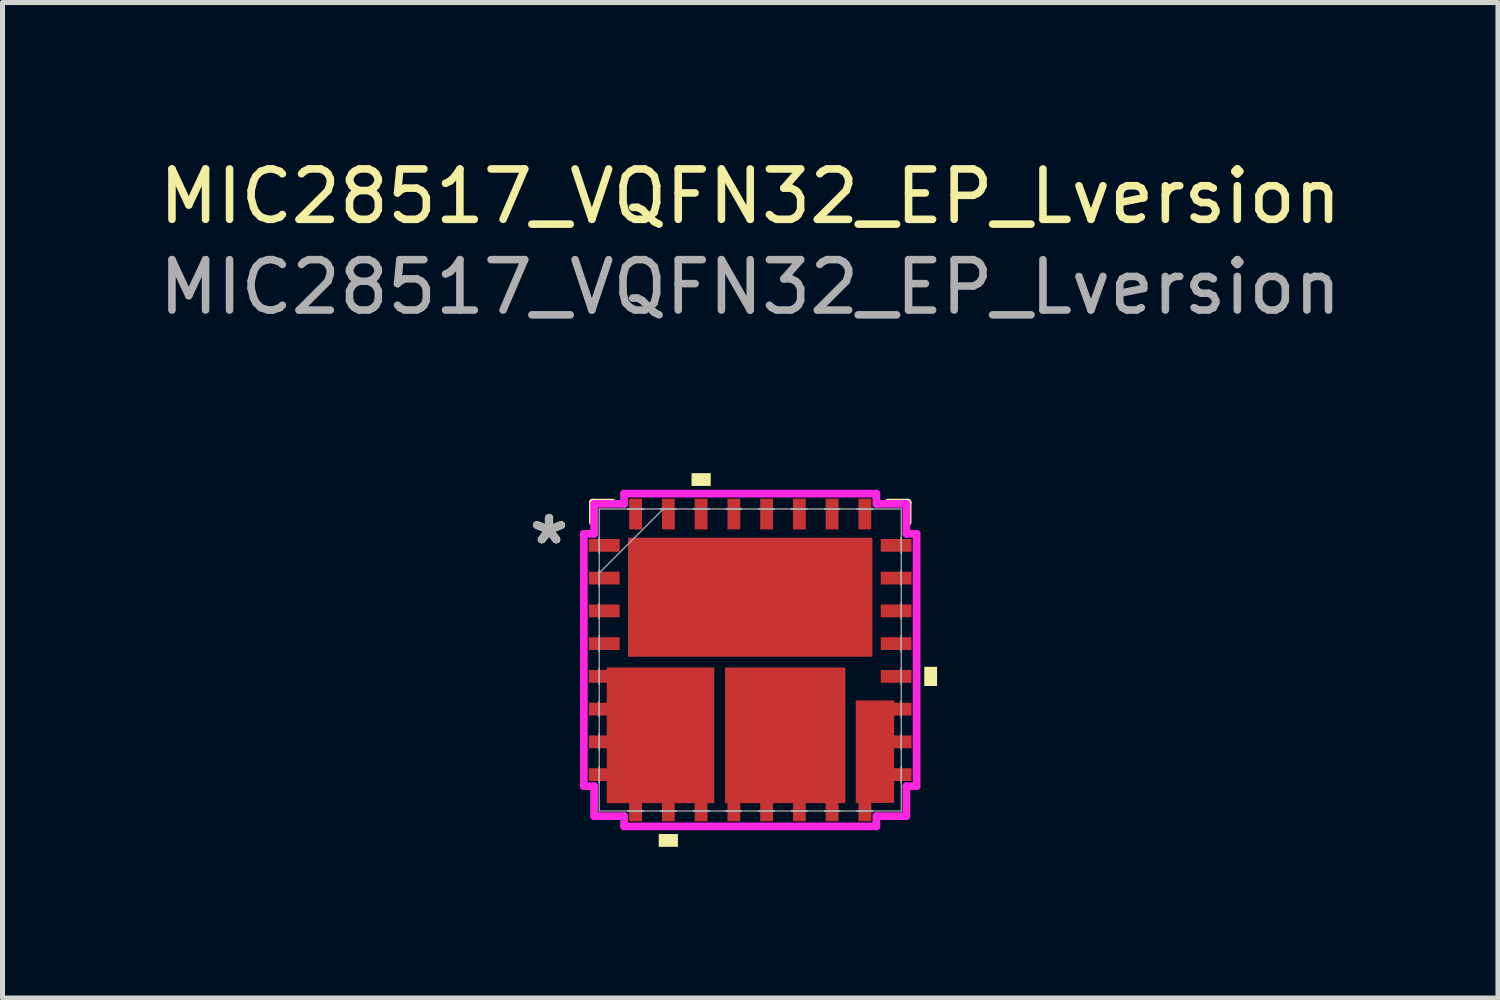
<source format=kicad_pcb>
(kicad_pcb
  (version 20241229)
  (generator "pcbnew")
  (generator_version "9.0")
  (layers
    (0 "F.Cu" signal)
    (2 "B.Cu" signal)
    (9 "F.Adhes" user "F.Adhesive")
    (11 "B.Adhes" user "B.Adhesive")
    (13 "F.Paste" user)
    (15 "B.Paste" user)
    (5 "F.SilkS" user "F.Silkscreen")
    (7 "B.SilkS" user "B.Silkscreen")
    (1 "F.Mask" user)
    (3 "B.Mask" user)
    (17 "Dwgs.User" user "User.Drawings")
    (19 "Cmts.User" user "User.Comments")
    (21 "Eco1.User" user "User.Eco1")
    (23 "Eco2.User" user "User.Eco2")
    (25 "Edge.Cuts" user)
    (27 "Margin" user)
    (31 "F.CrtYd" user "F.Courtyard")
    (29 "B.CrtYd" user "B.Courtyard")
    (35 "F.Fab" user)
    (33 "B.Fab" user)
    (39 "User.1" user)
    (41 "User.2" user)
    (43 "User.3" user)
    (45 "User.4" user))
  (footprint "MIC28517_VQFN32_EP_Lversion"
    (layer "F.Cu")
    (at 11.839 10.048)
    (property "Reference" "MIC28517_VQFN32_EP_Lversion" (at 0 -9.2 0) (unlocked yes) (layer "F.SilkS") (effects (font (size 1 1) (thickness 0.15))))
    (attr smd)
    (fp_line (start -3.124 -3.124) (end -3.124 -2.735) (stroke (width 0.152) (type solid)) (layer "F.SilkS"))
    (fp_line (start -2.735 -3.124) (end -3.124 -3.124) (stroke (width 0.152) (type solid)) (layer "F.SilkS"))
    (fp_line (start 3.124 -3.124) (end 2.735 -3.124) (stroke (width 0.152) (type solid)) (layer "F.SilkS"))
    (fp_line (start 3.124 -2.735) (end 3.124 -3.124) (stroke (width 0.152) (type solid)) (layer "F.SilkS"))
    (fp_poly (pts (xy -1.816 3.454) (xy -1.816 3.708) (xy -1.435 3.708) (xy -1.435 3.454)) (stroke (width 0) (type solid)) (fill yes) (layer "F.SilkS"))
    (fp_poly (pts (xy -1.165 -3.454) (xy -1.165 -3.708) (xy -0.784 -3.708) (xy -0.784 -3.454)) (stroke (width 0) (type solid)) (fill yes) (layer "F.SilkS"))
    (fp_poly (pts (xy 3.708 0.135) (xy 3.708 0.516) (xy 3.454 0.516) (xy 3.454 0.135)) (stroke (width 0) (type solid)) (fill yes) (layer "F.SilkS"))
    (fp_line (start -3.302 -2.504) (end -3.099 -2.504) (stroke (width 0.152) (type solid)) (layer "F.CrtYd"))
    (fp_line (start -3.302 2.504) (end -3.302 -2.504) (stroke (width 0.152) (type solid)) (layer "F.CrtYd"))
    (fp_line (start -3.099 -3.099) (end -2.504 -3.099) (stroke (width 0.152) (type solid)) (layer "F.CrtYd"))
    (fp_line (start -3.099 -2.504) (end -3.099 -3.099) (stroke (width 0.152) (type solid)) (layer "F.CrtYd"))
    (fp_line (start -3.099 2.504) (end -3.302 2.504) (stroke (width 0.152) (type solid)) (layer "F.CrtYd"))
    (fp_line (start -3.099 3.099) (end -3.099 2.504) (stroke (width 0.152) (type solid)) (layer "F.CrtYd"))
    (fp_line (start -2.504 -3.302) (end 2.504 -3.302) (stroke (width 0.152) (type solid)) (layer "F.CrtYd"))
    (fp_line (start -2.504 -3.099) (end -2.504 -3.302) (stroke (width 0.152) (type solid)) (layer "F.CrtYd"))
    (fp_line (start -2.504 3.099) (end -3.099 3.099) (stroke (width 0.152) (type solid)) (layer "F.CrtYd"))
    (fp_line (start -2.504 3.302) (end -2.504 3.099) (stroke (width 0.152) (type solid)) (layer "F.CrtYd"))
    (fp_line (start 2.504 -3.302) (end 2.504 -3.099) (stroke (width 0.152) (type solid)) (layer "F.CrtYd"))
    (fp_line (start 2.504 -3.099) (end 3.099 -3.099) (stroke (width 0.152) (type solid)) (layer "F.CrtYd"))
    (fp_line (start 2.504 3.099) (end 2.504 3.302) (stroke (width 0.152) (type solid)) (layer "F.CrtYd"))
    (fp_line (start 2.504 3.302) (end -2.504 3.302) (stroke (width 0.152) (type solid)) (layer "F.CrtYd"))
    (fp_line (start 3.099 -3.099) (end 3.099 -2.504) (stroke (width 0.152) (type solid)) (layer "F.CrtYd"))
    (fp_line (start 3.099 -2.504) (end 3.302 -2.504) (stroke (width 0.152) (type solid)) (layer "F.CrtYd"))
    (fp_line (start 3.099 2.504) (end 3.099 3.099) (stroke (width 0.152) (type solid)) (layer "F.CrtYd"))
    (fp_line (start 3.099 3.099) (end 2.504 3.099) (stroke (width 0.152) (type solid)) (layer "F.CrtYd"))
    (fp_line (start 3.302 -2.504) (end 3.302 2.504) (stroke (width 0.152) (type solid)) (layer "F.CrtYd"))
    (fp_line (start 3.302 2.504) (end 3.099 2.504) (stroke (width 0.152) (type solid)) (layer "F.CrtYd"))
    (fp_line (start -2.997 -2.997) (end -2.997 2.997) (stroke (width 0.025) (type solid)) (layer "F.Fab"))
    (fp_line (start -2.997 -2.427) (end -2.997 -2.427) (stroke (width 0.025) (type solid)) (layer "F.Fab"))
    (fp_line (start -2.997 -2.427) (end -2.997 -2.123) (stroke (width 0.025) (type solid)) (layer "F.Fab"))
    (fp_line (start -2.997 -2.123) (end -2.997 -2.427) (stroke (width 0.025) (type solid)) (layer "F.Fab"))
    (fp_line (start -2.997 -2.123) (end -2.997 -2.123) (stroke (width 0.025) (type solid)) (layer "F.Fab"))
    (fp_line (start -2.997 -1.777) (end -2.997 -1.777) (stroke (width 0.025) (type solid)) (layer "F.Fab"))
    (fp_line (start -2.997 -1.777) (end -2.997 -1.473) (stroke (width 0.025) (type solid)) (layer "F.Fab"))
    (fp_line (start -2.997 -1.727) (end -1.727 -2.997) (stroke (width 0.025) (type solid)) (layer "F.Fab"))
    (fp_line (start -2.997 -1.473) (end -2.997 -1.777) (stroke (width 0.025) (type solid)) (layer "F.Fab"))
    (fp_line (start -2.997 -1.473) (end -2.997 -1.473) (stroke (width 0.025) (type solid)) (layer "F.Fab"))
    (fp_line (start -2.997 -1.127) (end -2.997 -1.127) (stroke (width 0.025) (type solid)) (layer "F.Fab"))
    (fp_line (start -2.997 -1.127) (end -2.997 -0.823) (stroke (width 0.025) (type solid)) (layer "F.Fab"))
    (fp_line (start -2.997 -0.823) (end -2.997 -1.127) (stroke (width 0.025) (type solid)) (layer "F.Fab"))
    (fp_line (start -2.997 -0.823) (end -2.997 -0.823) (stroke (width 0.025) (type solid)) (layer "F.Fab"))
    (fp_line (start -2.997 -0.477) (end -2.997 -0.477) (stroke (width 0.025) (type solid)) (layer "F.Fab"))
    (fp_line (start -2.997 -0.477) (end -2.997 -0.173) (stroke (width 0.025) (type solid)) (layer "F.Fab"))
    (fp_line (start -2.997 -0.173) (end -2.997 -0.477) (stroke (width 0.025) (type solid)) (layer "F.Fab"))
    (fp_line (start -2.997 -0.173) (end -2.997 -0.173) (stroke (width 0.025) (type solid)) (layer "F.Fab"))
    (fp_line (start -2.997 0.173) (end -2.997 0.173) (stroke (width 0.025) (type solid)) (layer "F.Fab"))
    (fp_line (start -2.997 0.173) (end -2.997 0.477) (stroke (width 0.025) (type solid)) (layer "F.Fab"))
    (fp_line (start -2.997 0.477) (end -2.997 0.173) (stroke (width 0.025) (type solid)) (layer "F.Fab"))
    (fp_line (start -2.997 0.477) (end -2.997 0.477) (stroke (width 0.025) (type solid)) (layer "F.Fab"))
    (fp_line (start -2.997 0.823) (end -2.997 0.823) (stroke (width 0.025) (type solid)) (layer "F.Fab"))
    (fp_line (start -2.997 0.823) (end -2.997 1.127) (stroke (width 0.025) (type solid)) (layer "F.Fab"))
    (fp_line (start -2.997 1.127) (end -2.997 0.823) (stroke (width 0.025) (type solid)) (layer "F.Fab"))
    (fp_line (start -2.997 1.127) (end -2.997 1.127) (stroke (width 0.025) (type solid)) (layer "F.Fab"))
    (fp_line (start -2.997 1.473) (end -2.997 1.473) (stroke (width 0.025) (type solid)) (layer "F.Fab"))
    (fp_line (start -2.997 1.473) (end -2.997 1.777) (stroke (width 0.025) (type solid)) (layer "F.Fab"))
    (fp_line (start -2.997 1.777) (end -2.997 1.473) (stroke (width 0.025) (type solid)) (layer "F.Fab"))
    (fp_line (start -2.997 1.777) (end -2.997 1.777) (stroke (width 0.025) (type solid)) (layer "F.Fab"))
    (fp_line (start -2.997 2.123) (end -2.997 2.123) (stroke (width 0.025) (type solid)) (layer "F.Fab"))
    (fp_line (start -2.997 2.123) (end -2.997 2.427) (stroke (width 0.025) (type solid)) (layer "F.Fab"))
    (fp_line (start -2.997 2.427) (end -2.997 2.123) (stroke (width 0.025) (type solid)) (layer "F.Fab"))
    (fp_line (start -2.997 2.427) (end -2.997 2.427) (stroke (width 0.025) (type solid)) (layer "F.Fab"))
    (fp_line (start -2.997 2.997) (end 2.997 2.997) (stroke (width 0.025) (type solid)) (layer "F.Fab"))
    (fp_line (start -2.427 -2.997) (end -2.427 -2.997) (stroke (width 0.025) (type solid)) (layer "F.Fab"))
    (fp_line (start -2.427 -2.997) (end -2.123 -2.997) (stroke (width 0.025) (type solid)) (layer "F.Fab"))
    (fp_line (start -2.427 2.997) (end -2.427 2.997) (stroke (width 0.025) (type solid)) (layer "F.Fab"))
    (fp_line (start -2.427 2.997) (end -2.123 2.997) (stroke (width 0.025) (type solid)) (layer "F.Fab"))
    (fp_line (start -2.123 -2.997) (end -2.427 -2.997) (stroke (width 0.025) (type solid)) (layer "F.Fab"))
    (fp_line (start -2.123 -2.997) (end -2.123 -2.997) (stroke (width 0.025) (type solid)) (layer "F.Fab"))
    (fp_line (start -2.123 2.997) (end -2.427 2.997) (stroke (width 0.025) (type solid)) (layer "F.Fab"))
    (fp_line (start -2.123 2.997) (end -2.123 2.997) (stroke (width 0.025) (type solid)) (layer "F.Fab"))
    (fp_line (start -1.777 -2.997) (end -1.777 -2.997) (stroke (width 0.025) (type solid)) (layer "F.Fab"))
    (fp_line (start -1.777 -2.997) (end -1.473 -2.997) (stroke (width 0.025) (type solid)) (layer "F.Fab"))
    (fp_line (start -1.777 2.997) (end -1.777 2.997) (stroke (width 0.025) (type solid)) (layer "F.Fab"))
    (fp_line (start -1.777 2.997) (end -1.473 2.997) (stroke (width 0.025) (type solid)) (layer "F.Fab"))
    (fp_line (start -1.473 -2.997) (end -1.777 -2.997) (stroke (width 0.025) (type solid)) (layer "F.Fab"))
    (fp_line (start -1.473 -2.997) (end -1.473 -2.997) (stroke (width 0.025) (type solid)) (layer "F.Fab"))
    (fp_line (start -1.473 2.997) (end -1.777 2.997) (stroke (width 0.025) (type solid)) (layer "F.Fab"))
    (fp_line (start -1.473 2.997) (end -1.473 2.997) (stroke (width 0.025) (type solid)) (layer "F.Fab"))
    (fp_line (start -1.127 -2.997) (end -1.127 -2.997) (stroke (width 0.025) (type solid)) (layer "F.Fab"))
    (fp_line (start -1.127 -2.997) (end -0.823 -2.997) (stroke (width 0.025) (type solid)) (layer "F.Fab"))
    (fp_line (start -1.127 2.997) (end -1.127 2.997) (stroke (width 0.025) (type solid)) (layer "F.Fab"))
    (fp_line (start -1.127 2.997) (end -0.823 2.997) (stroke (width 0.025) (type solid)) (layer "F.Fab"))
    (fp_line (start -0.823 -2.997) (end -1.127 -2.997) (stroke (width 0.025) (type solid)) (layer "F.Fab"))
    (fp_line (start -0.823 -2.997) (end -0.823 -2.997) (stroke (width 0.025) (type solid)) (layer "F.Fab"))
    (fp_line (start -0.823 2.997) (end -1.127 2.997) (stroke (width 0.025) (type solid)) (layer "F.Fab"))
    (fp_line (start -0.823 2.997) (end -0.823 2.997) (stroke (width 0.025) (type solid)) (layer "F.Fab"))
    (fp_line (start -0.477 -2.997) (end -0.477 -2.997) (stroke (width 0.025) (type solid)) (layer "F.Fab"))
    (fp_line (start -0.477 -2.997) (end -0.173 -2.997) (stroke (width 0.025) (type solid)) (layer "F.Fab"))
    (fp_line (start -0.477 2.997) (end -0.477 2.997) (stroke (width 0.025) (type solid)) (layer "F.Fab"))
    (fp_line (start -0.477 2.997) (end -0.173 2.997) (stroke (width 0.025) (type solid)) (layer "F.Fab"))
    (fp_line (start -0.173 -2.997) (end -0.477 -2.997) (stroke (width 0.025) (type solid)) (layer "F.Fab"))
    (fp_line (start -0.173 -2.997) (end -0.173 -2.997) (stroke (width 0.025) (type solid)) (layer "F.Fab"))
    (fp_line (start -0.173 2.997) (end -0.477 2.997) (stroke (width 0.025) (type solid)) (layer "F.Fab"))
    (fp_line (start -0.173 2.997) (end -0.173 2.997) (stroke (width 0.025) (type solid)) (layer "F.Fab"))
    (fp_line (start 0.173 -2.997) (end 0.173 -2.997) (stroke (width 0.025) (type solid)) (layer "F.Fab"))
    (fp_line (start 0.173 -2.997) (end 0.477 -2.997) (stroke (width 0.025) (type solid)) (layer "F.Fab"))
    (fp_line (start 0.173 2.997) (end 0.173 2.997) (stroke (width 0.025) (type solid)) (layer "F.Fab"))
    (fp_line (start 0.173 2.997) (end 0.477 2.997) (stroke (width 0.025) (type solid)) (layer "F.Fab"))
    (fp_line (start 0.477 -2.997) (end 0.173 -2.997) (stroke (width 0.025) (type solid)) (layer "F.Fab"))
    (fp_line (start 0.477 -2.997) (end 0.477 -2.997) (stroke (width 0.025) (type solid)) (layer "F.Fab"))
    (fp_line (start 0.477 2.997) (end 0.173 2.997) (stroke (width 0.025) (type solid)) (layer "F.Fab"))
    (fp_line (start 0.477 2.997) (end 0.477 2.997) (stroke (width 0.025) (type solid)) (layer "F.Fab"))
    (fp_line (start 0.823 -2.997) (end 0.823 -2.997) (stroke (width 0.025) (type solid)) (layer "F.Fab"))
    (fp_line (start 0.823 -2.997) (end 1.127 -2.997) (stroke (width 0.025) (type solid)) (layer "F.Fab"))
    (fp_line (start 0.823 2.997) (end 0.823 2.997) (stroke (width 0.025) (type solid)) (layer "F.Fab"))
    (fp_line (start 0.823 2.997) (end 1.127 2.997) (stroke (width 0.025) (type solid)) (layer "F.Fab"))
    (fp_line (start 1.127 -2.997) (end 0.823 -2.997) (stroke (width 0.025) (type solid)) (layer "F.Fab"))
    (fp_line (start 1.127 -2.997) (end 1.127 -2.997) (stroke (width 0.025) (type solid)) (layer "F.Fab"))
    (fp_line (start 1.127 2.997) (end 0.823 2.997) (stroke (width 0.025) (type solid)) (layer "F.Fab"))
    (fp_line (start 1.127 2.997) (end 1.127 2.997) (stroke (width 0.025) (type solid)) (layer "F.Fab"))
    (fp_line (start 1.473 -2.997) (end 1.473 -2.997) (stroke (width 0.025) (type solid)) (layer "F.Fab"))
    (fp_line (start 1.473 -2.997) (end 1.777 -2.997) (stroke (width 0.025) (type solid)) (layer "F.Fab"))
    (fp_line (start 1.473 2.997) (end 1.473 2.997) (stroke (width 0.025) (type solid)) (layer "F.Fab"))
    (fp_line (start 1.473 2.997) (end 1.777 2.997) (stroke (width 0.025) (type solid)) (layer "F.Fab"))
    (fp_line (start 1.777 -2.997) (end 1.473 -2.997) (stroke (width 0.025) (type solid)) (layer "F.Fab"))
    (fp_line (start 1.777 -2.997) (end 1.777 -2.997) (stroke (width 0.025) (type solid)) (layer "F.Fab"))
    (fp_line (start 1.777 2.997) (end 1.473 2.997) (stroke (width 0.025) (type solid)) (layer "F.Fab"))
    (fp_line (start 1.777 2.997) (end 1.777 2.997) (stroke (width 0.025) (type solid)) (layer "F.Fab"))
    (fp_line (start 2.123 -2.997) (end 2.123 -2.997) (stroke (width 0.025) (type solid)) (layer "F.Fab"))
    (fp_line (start 2.123 -2.997) (end 2.427 -2.997) (stroke (width 0.025) (type solid)) (layer "F.Fab"))
    (fp_line (start 2.123 2.997) (end 2.123 2.997) (stroke (width 0.025) (type solid)) (layer "F.Fab"))
    (fp_line (start 2.123 2.997) (end 2.427 2.997) (stroke (width 0.025) (type solid)) (layer "F.Fab"))
    (fp_line (start 2.427 -2.997) (end 2.123 -2.997) (stroke (width 0.025) (type solid)) (layer "F.Fab"))
    (fp_line (start 2.427 -2.997) (end 2.427 -2.997) (stroke (width 0.025) (type solid)) (layer "F.Fab"))
    (fp_line (start 2.427 2.997) (end 2.123 2.997) (stroke (width 0.025) (type solid)) (layer "F.Fab"))
    (fp_line (start 2.427 2.997) (end 2.427 2.997) (stroke (width 0.025) (type solid)) (layer "F.Fab"))
    (fp_line (start 2.997 -2.997) (end -2.997 -2.997) (stroke (width 0.025) (type solid)) (layer "F.Fab"))
    (fp_line (start 2.997 -2.427) (end 2.997 -2.427) (stroke (width 0.025) (type solid)) (layer "F.Fab"))
    (fp_line (start 2.997 -2.427) (end 2.997 -2.123) (stroke (width 0.025) (type solid)) (layer "F.Fab"))
    (fp_line (start 2.997 -2.123) (end 2.997 -2.427) (stroke (width 0.025) (type solid)) (layer "F.Fab"))
    (fp_line (start 2.997 -2.123) (end 2.997 -2.123) (stroke (width 0.025) (type solid)) (layer "F.Fab"))
    (fp_line (start 2.997 -1.777) (end 2.997 -1.777) (stroke (width 0.025) (type solid)) (layer "F.Fab"))
    (fp_line (start 2.997 -1.777) (end 2.997 -1.473) (stroke (width 0.025) (type solid)) (layer "F.Fab"))
    (fp_line (start 2.997 -1.473) (end 2.997 -1.777) (stroke (width 0.025) (type solid)) (layer "F.Fab"))
    (fp_line (start 2.997 -1.473) (end 2.997 -1.473) (stroke (width 0.025) (type solid)) (layer "F.Fab"))
    (fp_line (start 2.997 -1.127) (end 2.997 -1.127) (stroke (width 0.025) (type solid)) (layer "F.Fab"))
    (fp_line (start 2.997 -1.127) (end 2.997 -0.823) (stroke (width 0.025) (type solid)) (layer "F.Fab"))
    (fp_line (start 2.997 -0.823) (end 2.997 -1.127) (stroke (width 0.025) (type solid)) (layer "F.Fab"))
    (fp_line (start 2.997 -0.823) (end 2.997 -0.823) (stroke (width 0.025) (type solid)) (layer "F.Fab"))
    (fp_line (start 2.997 -0.477) (end 2.997 -0.477) (stroke (width 0.025) (type solid)) (layer "F.Fab"))
    (fp_line (start 2.997 -0.477) (end 2.997 -0.173) (stroke (width 0.025) (type solid)) (layer "F.Fab"))
    (fp_line (start 2.997 -0.173) (end 2.997 -0.477) (stroke (width 0.025) (type solid)) (layer "F.Fab"))
    (fp_line (start 2.997 -0.173) (end 2.997 -0.173) (stroke (width 0.025) (type solid)) (layer "F.Fab"))
    (fp_line (start 2.997 0.173) (end 2.997 0.173) (stroke (width 0.025) (type solid)) (layer "F.Fab"))
    (fp_line (start 2.997 0.173) (end 2.997 0.477) (stroke (width 0.025) (type solid)) (layer "F.Fab"))
    (fp_line (start 2.997 0.477) (end 2.997 0.173) (stroke (width 0.025) (type solid)) (layer "F.Fab"))
    (fp_line (start 2.997 0.477) (end 2.997 0.477) (stroke (width 0.025) (type solid)) (layer "F.Fab"))
    (fp_line (start 2.997 0.823) (end 2.997 0.823) (stroke (width 0.025) (type solid)) (layer "F.Fab"))
    (fp_line (start 2.997 0.823) (end 2.997 1.127) (stroke (width 0.025) (type solid)) (layer "F.Fab"))
    (fp_line (start 2.997 1.127) (end 2.997 0.823) (stroke (width 0.025) (type solid)) (layer "F.Fab"))
    (fp_line (start 2.997 1.127) (end 2.997 1.127) (stroke (width 0.025) (type solid)) (layer "F.Fab"))
    (fp_line (start 2.997 1.473) (end 2.997 1.473) (stroke (width 0.025) (type solid)) (layer "F.Fab"))
    (fp_line (start 2.997 1.473) (end 2.997 1.777) (stroke (width 0.025) (type solid)) (layer "F.Fab"))
    (fp_line (start 2.997 1.777) (end 2.997 1.473) (stroke (width 0.025) (type solid)) (layer "F.Fab"))
    (fp_line (start 2.997 1.777) (end 2.997 1.777) (stroke (width 0.025) (type solid)) (layer "F.Fab"))
    (fp_line (start 2.997 2.123) (end 2.997 2.123) (stroke (width 0.025) (type solid)) (layer "F.Fab"))
    (fp_line (start 2.997 2.123) (end 2.997 2.427) (stroke (width 0.025) (type solid)) (layer "F.Fab"))
    (fp_line (start 2.997 2.427) (end 2.997 2.123) (stroke (width 0.025) (type solid)) (layer "F.Fab"))
    (fp_line (start 2.997 2.427) (end 2.997 2.427) (stroke (width 0.025) (type solid)) (layer "F.Fab"))
    (fp_line (start 2.997 2.997) (end 2.997 -2.997) (stroke (width 0.025) (type solid)) (layer "F.Fab"))
    (fp_text user "*" (at -3.988 -2.275 0) (layer "F.SilkS") (effects (font (size 1 1) (thickness 0.15))))
    (fp_text user "*" (at -3.988 -2.275 0) (unlocked yes) (layer "F.SilkS") (effects (font (size 1 1) (thickness 0.15))))
    (fp_text user "${REFERENCE}" (at 0 -7.4 0) (unlocked yes) (layer "F.Fab") (effects (font (size 1 1) (thickness 0.15))))
    (fp_text user "*" (at -4 -2.275 0) (layer "F.Fab") (effects (font (size 1 1) (thickness 0.15))))
    (fp_text user "*" (at -4 -2.275 0) (unlocked yes) (layer "F.Fab") (effects (font (size 1 1) (thickness 0.15))))
    (pad "1" smd rect (at -2.896 -2.275 90) (size 0.254 0.61) (layers "F.Cu" "F.Mask" "F.Paste"))
    (pad "2" smd rect (at -2.896 -1.625 90) (size 0.254 0.61) (layers "F.Cu" "F.Mask" "F.Paste"))
    (pad "3" smd rect (at -2.896 -0.975 90) (size 0.254 0.61) (layers "F.Cu" "F.Mask" "F.Paste"))
    (pad "4" smd rect (at -2.896 -0.325 90) (size 0.254 0.61) (layers "F.Cu" "F.Mask" "F.Paste"))
    (pad "5" smd rect (at -2.896 0.325 90) (size 0.254 0.61) (layers "F.Cu" "F.Mask" "F.Paste"))
    (pad "6" smd rect (at -2.896 0.975 90) (size 0.254 0.61) (layers "F.Cu" "F.Mask" "F.Paste"))
    (pad "7" smd rect (at -2.896 1.625 90) (size 0.254 0.61) (layers "F.Cu" "F.Mask" "F.Paste"))
    (pad "8" smd rect (at -2.896 2.275 90) (size 0.254 0.61) (layers "F.Cu" "F.Mask" "F.Paste"))
    (pad "9" smd rect (at -2.275 2.896) (size 0.254 0.61) (layers "F.Cu" "F.Mask" "F.Paste"))
    (pad "10" smd rect (at -1.625 2.896) (size 0.254 0.61) (layers "F.Cu" "F.Mask" "F.Paste"))
    (pad "11" smd rect (at -0.975 2.896) (size 0.254 0.61) (layers "F.Cu" "F.Mask" "F.Paste"))
    (pad "12" smd rect (at -0.325 2.896) (size 0.254 0.61) (layers "F.Cu" "F.Mask" "F.Paste"))
    (pad "13" smd rect (at 0.325 2.896) (size 0.254 0.61) (layers "F.Cu" "F.Mask" "F.Paste"))
    (pad "14" smd rect (at 0.975 2.896) (size 0.254 0.61) (layers "F.Cu" "F.Mask" "F.Paste"))
    (pad "15" smd rect (at 1.625 2.896) (size 0.254 0.61) (layers "F.Cu" "F.Mask" "F.Paste"))
    (pad "16" smd rect (at 2.275 2.896) (size 0.254 0.61) (layers "F.Cu" "F.Mask" "F.Paste"))
    (pad "17" smd rect (at 2.896 2.275 90) (size 0.254 0.61) (layers "F.Cu" "F.Mask" "F.Paste"))
    (pad "18" smd rect (at 2.896 1.625 90) (size 0.254 0.61) (layers "F.Cu" "F.Mask" "F.Paste"))
    (pad "19" smd rect (at 2.896 0.975 90) (size 0.254 0.61) (layers "F.Cu" "F.Mask" "F.Paste"))
    (pad "20" smd rect (at 2.896 0.325 90) (size 0.254 0.61) (layers "F.Cu" "F.Mask" "F.Paste"))
    (pad "21" smd rect (at 2.896 -0.325 90) (size 0.254 0.61) (layers "F.Cu" "F.Mask" "F.Paste"))
    (pad "22" smd rect (at 2.896 -0.975 90) (size 0.254 0.61) (layers "F.Cu" "F.Mask" "F.Paste"))
    (pad "23" smd rect (at 2.896 -1.625 90) (size 0.254 0.61) (layers "F.Cu" "F.Mask" "F.Paste"))
    (pad "24" smd rect (at 2.896 -2.275 90) (size 0.254 0.61) (layers "F.Cu" "F.Mask" "F.Paste"))
    (pad "25" smd rect (at 2.275 -2.896) (size 0.254 0.61) (layers "F.Cu" "F.Mask" "F.Paste"))
    (pad "26" smd rect (at 1.625 -2.896) (size 0.254 0.61) (layers "F.Cu" "F.Mask" "F.Paste"))
    (pad "27" smd rect (at 0.975 -2.896) (size 0.254 0.61) (layers "F.Cu" "F.Mask" "F.Paste"))
    (pad "28" smd rect (at 0.325 -2.896) (size 0.254 0.61) (layers "F.Cu" "F.Mask" "F.Paste"))
    (pad "29" smd rect (at -0.325 -2.896) (size 0.254 0.61) (layers "F.Cu" "F.Mask" "F.Paste"))
    (pad "30" smd rect (at -0.975 -2.896) (size 0.254 0.61) (layers "F.Cu" "F.Mask" "F.Paste"))
    (pad "31" smd rect (at -1.625 -2.896) (size 0.254 0.61) (layers "F.Cu" "F.Mask" "F.Paste"))
    (pad "32" smd rect (at -2.275 -2.896) (size 0.254 0.61) (layers "F.Cu" "F.Mask" "F.Paste"))
    (pad "33" smd rect (at 0 -1.245) (size 4.851 2.362) (layers "F.Cu" "F.Mask" "F.Paste"))
    (pad "EP5" smd rect (at -1.78 1.495) (size 2.134 2.692) (layers "F.Cu" "F.Mask" "F.Paste"))
    (pad "EP12" smd rect (at 0.695 1.495) (size 2.388 2.692) (layers "F.Cu" "F.Mask" "F.Paste"))
    (pad "EP19" smd rect (at 2.475 1.82) (size 0.762 2.032) (layers "F.Cu" "F.Mask" "F.Paste")))
  (gr_rect
    (start -3 -3)
    (end 26.679 16.757)
    (stroke (width 0.1) (type default))
    (fill no)
    (layer "Edge.Cuts")))
</source>
